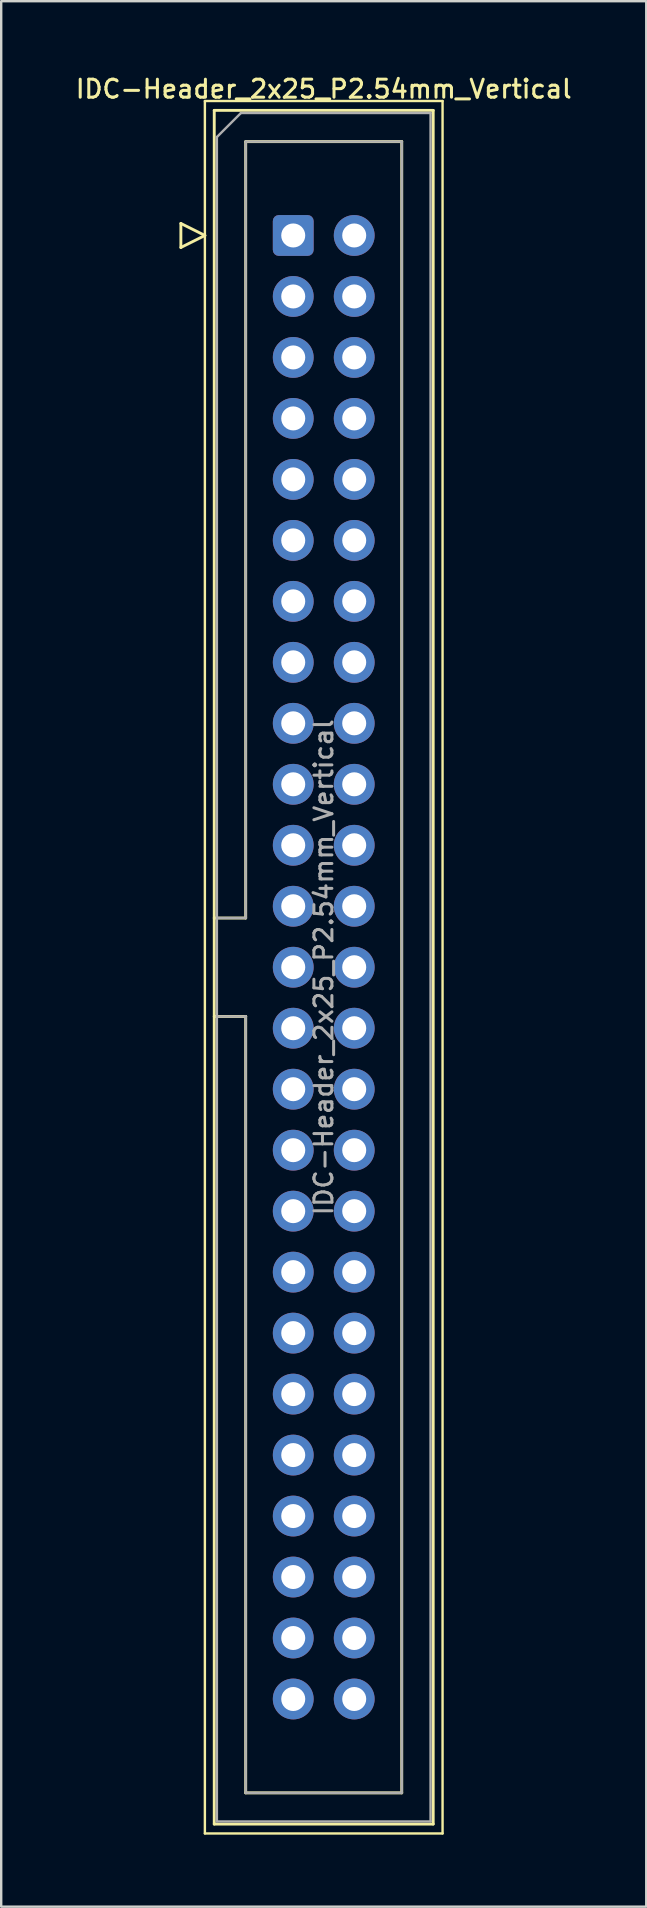
<source format=kicad_pcb>
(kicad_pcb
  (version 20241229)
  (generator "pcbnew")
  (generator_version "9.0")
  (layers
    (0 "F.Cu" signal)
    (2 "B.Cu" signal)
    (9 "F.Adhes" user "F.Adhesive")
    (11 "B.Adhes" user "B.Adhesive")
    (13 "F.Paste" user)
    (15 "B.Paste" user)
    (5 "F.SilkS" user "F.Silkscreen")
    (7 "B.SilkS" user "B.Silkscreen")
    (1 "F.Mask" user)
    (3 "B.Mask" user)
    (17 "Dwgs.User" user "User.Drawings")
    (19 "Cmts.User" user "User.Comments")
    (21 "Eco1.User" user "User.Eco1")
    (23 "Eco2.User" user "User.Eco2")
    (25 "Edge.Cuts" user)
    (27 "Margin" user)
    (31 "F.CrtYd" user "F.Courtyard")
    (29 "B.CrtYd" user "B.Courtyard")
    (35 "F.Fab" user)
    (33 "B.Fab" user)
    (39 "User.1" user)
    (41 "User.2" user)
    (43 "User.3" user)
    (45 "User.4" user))
  (footprint "IDC-Header_2x25_P2.54mm_Vertical"
    (layer "F.Cu")
    (at 9.164 6.758)
    (property "Reference" "IDC-Header_2x25_P2.54mm_Vertical" (at 1.27 -6.1 0) (layer "F.SilkS") (effects (font (size 0.75 0.75) (thickness 0.125))))
    (attr through_hole)
    (fp_line (start -4.68 -0.5) (end -4.68 0.5) (stroke (width 0.12) (type solid)) (layer "F.SilkS"))
    (fp_line (start -4.68 0.5) (end -3.68 0) (stroke (width 0.12) (type solid)) (layer "F.SilkS"))
    (fp_line (start -3.68 -5.6) (end -3.68 66.56) (stroke (width 0.1) (type solid)) (layer "F.SilkS"))
    (fp_line (start -3.68 0) (end -4.68 -0.5) (stroke (width 0.12) (type solid)) (layer "F.SilkS"))
    (fp_line (start -3.68 66.56) (end 6.22 66.56) (stroke (width 0.1) (type solid)) (layer "F.SilkS"))
    (fp_line (start -3.29 -5.21) (end 5.83 -5.21) (stroke (width 0.12) (type solid)) (layer "F.SilkS"))
    (fp_line (start -3.29 28.43) (end -1.98 28.43) (stroke (width 0.12) (type solid)) (layer "F.SilkS"))
    (fp_line (start -3.29 66.17) (end -3.29 -5.21) (stroke (width 0.12) (type solid)) (layer "F.SilkS"))
    (fp_line (start -1.98 -3.91) (end 4.52 -3.91) (stroke (width 0.12) (type solid)) (layer "F.SilkS"))
    (fp_line (start -1.98 28.43) (end -1.98 -3.91) (stroke (width 0.12) (type solid)) (layer "F.SilkS"))
    (fp_line (start -1.98 32.53) (end -3.29 32.53) (stroke (width 0.12) (type solid)) (layer "F.SilkS"))
    (fp_line (start -1.98 32.53) (end -1.98 32.53) (stroke (width 0.12) (type solid)) (layer "F.SilkS"))
    (fp_line (start -1.98 64.87) (end -1.98 32.53) (stroke (width 0.12) (type solid)) (layer "F.SilkS"))
    (fp_line (start 4.52 -3.91) (end 4.52 64.87) (stroke (width 0.12) (type solid)) (layer "F.SilkS"))
    (fp_line (start 4.52 64.87) (end -1.98 64.87) (stroke (width 0.12) (type solid)) (layer "F.SilkS"))
    (fp_line (start 5.83 -5.21) (end 5.83 66.17) (stroke (width 0.12) (type solid)) (layer "F.SilkS"))
    (fp_line (start 5.83 66.17) (end -3.29 66.17) (stroke (width 0.12) (type solid)) (layer "F.SilkS"))
    (fp_line (start 6.22 -5.6) (end -3.68 -5.6) (stroke (width 0.1) (type solid)) (layer "F.SilkS"))
    (fp_line (start 6.22 66.56) (end 6.22 -5.6) (stroke (width 0.1) (type solid)) (layer "F.SilkS"))
    (fp_line (start -3.18 -4.1) (end -2.18 -5.1) (stroke (width 0.1) (type solid)) (layer "F.Fab"))
    (fp_line (start -3.18 28.43) (end -1.98 28.43) (stroke (width 0.1) (type solid)) (layer "F.Fab"))
    (fp_line (start -3.18 66.06) (end -3.18 -4.1) (stroke (width 0.1) (type solid)) (layer "F.Fab"))
    (fp_line (start -2.18 -5.1) (end 5.72 -5.1) (stroke (width 0.1) (type solid)) (layer "F.Fab"))
    (fp_line (start -1.98 -3.91) (end 4.52 -3.91) (stroke (width 0.1) (type solid)) (layer "F.Fab"))
    (fp_line (start -1.98 28.43) (end -1.98 -3.91) (stroke (width 0.1) (type solid)) (layer "F.Fab"))
    (fp_line (start -1.98 32.53) (end -3.18 32.53) (stroke (width 0.1) (type solid)) (layer "F.Fab"))
    (fp_line (start -1.98 32.53) (end -1.98 32.53) (stroke (width 0.1) (type solid)) (layer "F.Fab"))
    (fp_line (start -1.98 64.87) (end -1.98 32.53) (stroke (width 0.1) (type solid)) (layer "F.Fab"))
    (fp_line (start 4.52 -3.91) (end 4.52 64.87) (stroke (width 0.1) (type solid)) (layer "F.Fab"))
    (fp_line (start 4.52 64.87) (end -1.98 64.87) (stroke (width 0.1) (type solid)) (layer "F.Fab"))
    (fp_line (start 5.72 -5.1) (end 5.72 66.06) (stroke (width 0.1) (type solid)) (layer "F.Fab"))
    (fp_line (start 5.72 66.06) (end -3.18 66.06) (stroke (width 0.1) (type solid)) (layer "F.Fab"))
    (fp_text user "${REFERENCE}" (at 1.27 30.48 90) (layer "F.Fab") (effects (font (size 0.75 0.75) (thickness 0.125))))
    (pad "1" thru_hole roundrect (at 0 0) (size 1.7 1.7) (drill 1) (layers "*.Cu" "*.Mask") (roundrect_rratio 0.147))
    (pad "2" thru_hole circle (at 2.54 0) (size 1.7 1.7) (drill 1) (layers "*.Cu" "*.Mask"))
    (pad "3" thru_hole circle (at 0 2.54) (size 1.7 1.7) (drill 1) (layers "*.Cu" "*.Mask"))
    (pad "4" thru_hole circle (at 2.54 2.54) (size 1.7 1.7) (drill 1) (layers "*.Cu" "*.Mask"))
    (pad "5" thru_hole circle (at 0 5.08) (size 1.7 1.7) (drill 1) (layers "*.Cu" "*.Mask"))
    (pad "6" thru_hole circle (at 2.54 5.08) (size 1.7 1.7) (drill 1) (layers "*.Cu" "*.Mask"))
    (pad "7" thru_hole circle (at 0 7.62) (size 1.7 1.7) (drill 1) (layers "*.Cu" "*.Mask"))
    (pad "8" thru_hole circle (at 2.54 7.62) (size 1.7 1.7) (drill 1) (layers "*.Cu" "*.Mask"))
    (pad "9" thru_hole circle (at 0 10.16) (size 1.7 1.7) (drill 1) (layers "*.Cu" "*.Mask"))
    (pad "10" thru_hole circle (at 2.54 10.16) (size 1.7 1.7) (drill 1) (layers "*.Cu" "*.Mask"))
    (pad "11" thru_hole circle (at 0 12.7) (size 1.7 1.7) (drill 1) (layers "*.Cu" "*.Mask"))
    (pad "12" thru_hole circle (at 2.54 12.7) (size 1.7 1.7) (drill 1) (layers "*.Cu" "*.Mask"))
    (pad "13" thru_hole circle (at 0 15.24) (size 1.7 1.7) (drill 1) (layers "*.Cu" "*.Mask"))
    (pad "14" thru_hole circle (at 2.54 15.24) (size 1.7 1.7) (drill 1) (layers "*.Cu" "*.Mask"))
    (pad "15" thru_hole circle (at 0 17.78) (size 1.7 1.7) (drill 1) (layers "*.Cu" "*.Mask"))
    (pad "16" thru_hole circle (at 2.54 17.78) (size 1.7 1.7) (drill 1) (layers "*.Cu" "*.Mask"))
    (pad "17" thru_hole circle (at 0 20.32) (size 1.7 1.7) (drill 1) (layers "*.Cu" "*.Mask"))
    (pad "18" thru_hole circle (at 2.54 20.32) (size 1.7 1.7) (drill 1) (layers "*.Cu" "*.Mask"))
    (pad "19" thru_hole circle (at 0 22.86) (size 1.7 1.7) (drill 1) (layers "*.Cu" "*.Mask"))
    (pad "20" thru_hole circle (at 2.54 22.86) (size 1.7 1.7) (drill 1) (layers "*.Cu" "*.Mask"))
    (pad "21" thru_hole circle (at 0 25.4) (size 1.7 1.7) (drill 1) (layers "*.Cu" "*.Mask"))
    (pad "22" thru_hole circle (at 2.54 25.4) (size 1.7 1.7) (drill 1) (layers "*.Cu" "*.Mask"))
    (pad "23" thru_hole circle (at 0 27.94) (size 1.7 1.7) (drill 1) (layers "*.Cu" "*.Mask"))
    (pad "24" thru_hole circle (at 2.54 27.94) (size 1.7 1.7) (drill 1) (layers "*.Cu" "*.Mask"))
    (pad "25" thru_hole circle (at 0 30.48) (size 1.7 1.7) (drill 1) (layers "*.Cu" "*.Mask"))
    (pad "26" thru_hole circle (at 2.54 30.48) (size 1.7 1.7) (drill 1) (layers "*.Cu" "*.Mask"))
    (pad "27" thru_hole circle (at 0 33.02) (size 1.7 1.7) (drill 1) (layers "*.Cu" "*.Mask"))
    (pad "28" thru_hole circle (at 2.54 33.02) (size 1.7 1.7) (drill 1) (layers "*.Cu" "*.Mask"))
    (pad "29" thru_hole circle (at 0 35.56) (size 1.7 1.7) (drill 1) (layers "*.Cu" "*.Mask"))
    (pad "30" thru_hole circle (at 2.54 35.56) (size 1.7 1.7) (drill 1) (layers "*.Cu" "*.Mask"))
    (pad "31" thru_hole circle (at 0 38.1) (size 1.7 1.7) (drill 1) (layers "*.Cu" "*.Mask"))
    (pad "32" thru_hole circle (at 2.54 38.1) (size 1.7 1.7) (drill 1) (layers "*.Cu" "*.Mask"))
    (pad "33" thru_hole circle (at 0 40.64) (size 1.7 1.7) (drill 1) (layers "*.Cu" "*.Mask"))
    (pad "34" thru_hole circle (at 2.54 40.64) (size 1.7 1.7) (drill 1) (layers "*.Cu" "*.Mask"))
    (pad "35" thru_hole circle (at 0 43.18) (size 1.7 1.7) (drill 1) (layers "*.Cu" "*.Mask"))
    (pad "36" thru_hole circle (at 2.54 43.18) (size 1.7 1.7) (drill 1) (layers "*.Cu" "*.Mask"))
    (pad "37" thru_hole circle (at 0 45.72) (size 1.7 1.7) (drill 1) (layers "*.Cu" "*.Mask"))
    (pad "38" thru_hole circle (at 2.54 45.72) (size 1.7 1.7) (drill 1) (layers "*.Cu" "*.Mask"))
    (pad "39" thru_hole circle (at 0 48.26) (size 1.7 1.7) (drill 1) (layers "*.Cu" "*.Mask"))
    (pad "40" thru_hole circle (at 2.54 48.26) (size 1.7 1.7) (drill 1) (layers "*.Cu" "*.Mask"))
    (pad "41" thru_hole circle (at 0 50.8) (size 1.7 1.7) (drill 1) (layers "*.Cu" "*.Mask"))
    (pad "42" thru_hole circle (at 2.54 50.8) (size 1.7 1.7) (drill 1) (layers "*.Cu" "*.Mask"))
    (pad "43" thru_hole circle (at 0 53.34) (size 1.7 1.7) (drill 1) (layers "*.Cu" "*.Mask"))
    (pad "44" thru_hole circle (at 2.54 53.34) (size 1.7 1.7) (drill 1) (layers "*.Cu" "*.Mask"))
    (pad "45" thru_hole circle (at 0 55.88) (size 1.7 1.7) (drill 1) (layers "*.Cu" "*.Mask"))
    (pad "46" thru_hole circle (at 2.54 55.88) (size 1.7 1.7) (drill 1) (layers "*.Cu" "*.Mask"))
    (pad "47" thru_hole circle (at 0 58.42) (size 1.7 1.7) (drill 1) (layers "*.Cu" "*.Mask"))
    (pad "48" thru_hole circle (at 2.54 58.42) (size 1.7 1.7) (drill 1) (layers "*.Cu" "*.Mask"))
    (pad "49" thru_hole circle (at 0 60.96) (size 1.7 1.7) (drill 1) (layers "*.Cu" "*.Mask"))
    (pad "50" thru_hole circle (at 2.54 60.96) (size 1.7 1.7) (drill 1) (layers "*.Cu" "*.Mask")))
  (gr_rect
    (start -3 -3)
    (end 23.868 76.368)
    (stroke (width 0.1) (type default))
    (fill no)
    (layer "Edge.Cuts")))
</source>
